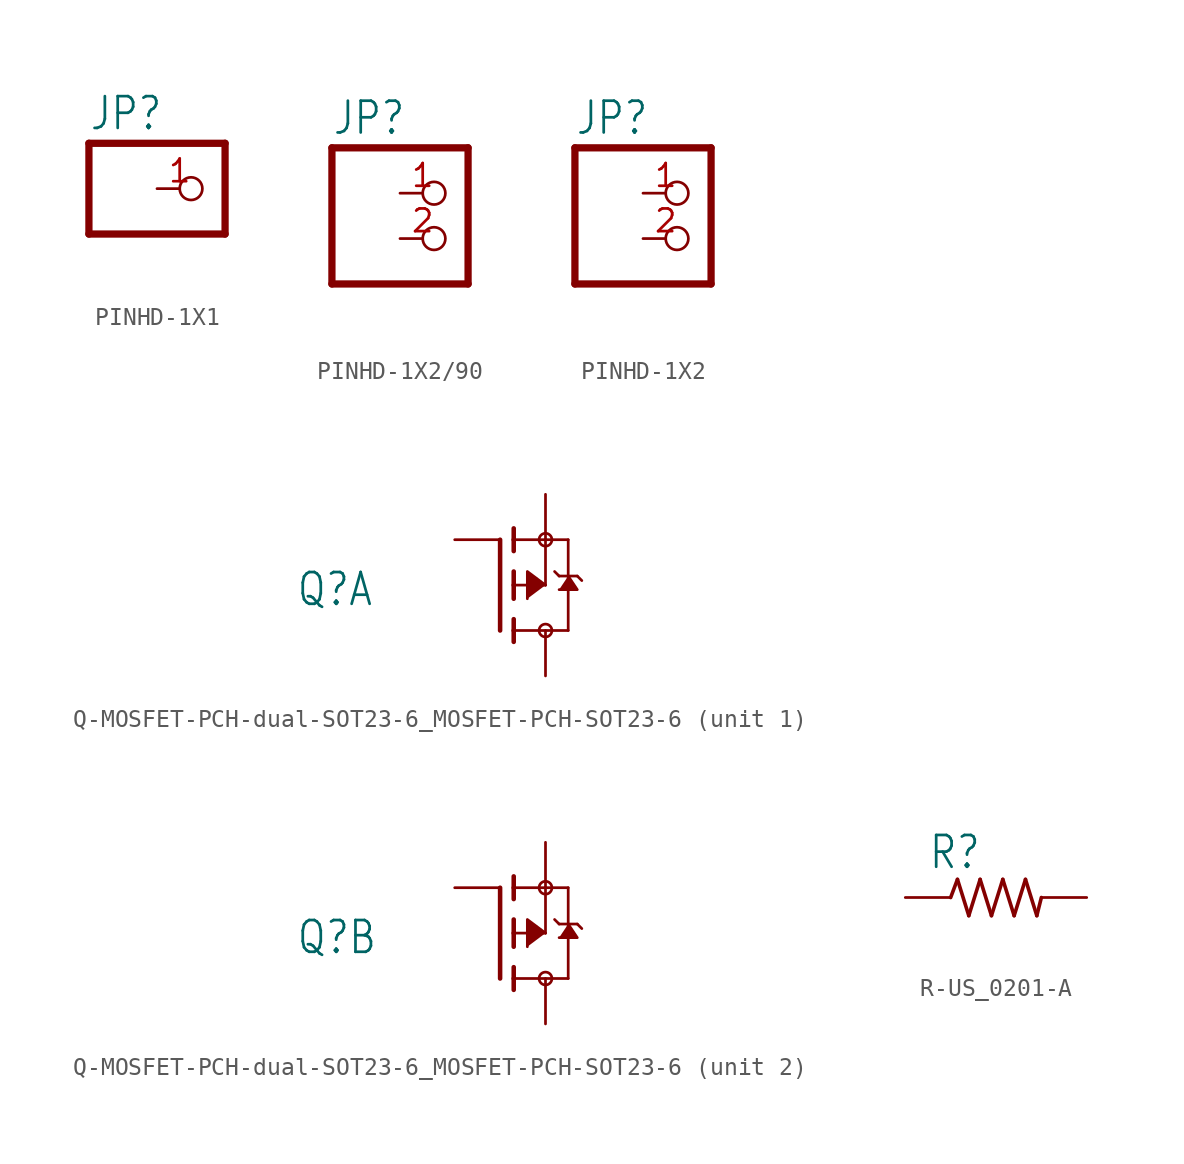
<source format=kicad_sym>
(kicad_symbol_lib
  (version 20241209)
  (generator "kicad_symbol_editor")
  (generator_version "9.0")
  (symbol "PINHD-1X1"
    (property "Reference" "JP"
      (at -6.35 3.175 0)
      (effects (font (size 1.778 1.511)) (justify left bottom)))
    (property "Value" ""
      (at -6.35 -5.08 0)
      (effects (font (size 1.778 1.511)) (justify left bottom)))
    (property "ki_locked" ""
      (at 0 0 0)
      (effects (font (size 1.27 1.27))))
    (symbol "PINHD-1X1_1_0"
      (polyline (pts (xy -6.35 2.54) (xy -6.35 -2.54)) (stroke (width 0.406) (type solid)) (fill (type none)))
      (polyline (pts (xy -6.35 -2.54) (xy 1.27 -2.54)) (stroke (width 0.406) (type solid)) (fill (type none)))
      (polyline (pts (xy 1.27 2.54) (xy -6.35 2.54)) (stroke (width 0.406) (type solid)) (fill (type none)))
      (polyline (pts (xy 1.27 -2.54) (xy 1.27 2.54)) (stroke (width 0.406) (type solid)) (fill (type none)))
      (pin passive inverted (at -2.54 0 0) (length 2.54) (name "1" (effects (font (size 0 0)))) (number "1" (effects (font (size 1.27 1.27)))))))
  (symbol "PINHD-1X2/90"
    (property "Reference" "JP"
      (at -6.35 5.715 0)
      (effects (font (size 1.778 1.511)) (justify left bottom)))
    (property "Value" ""
      (at -6.35 -5.08 0)
      (effects (font (size 1.778 1.511)) (justify left bottom)))
    (property "ki_locked" ""
      (at 0 0 0)
      (effects (font (size 1.27 1.27))))
    (symbol "PINHD-1X2/90_1_0"
      (polyline (pts (xy -6.35 5.08) (xy -6.35 -2.54)) (stroke (width 0.406) (type solid)) (fill (type none)))
      (polyline (pts (xy -6.35 -2.54) (xy 1.27 -2.54)) (stroke (width 0.406) (type solid)) (fill (type none)))
      (polyline (pts (xy 1.27 5.08) (xy -6.35 5.08)) (stroke (width 0.406) (type solid)) (fill (type none)))
      (polyline (pts (xy 1.27 -2.54) (xy 1.27 5.08)) (stroke (width 0.406) (type solid)) (fill (type none)))
      (pin passive inverted (at -2.54 2.54 0) (length 2.54) (name "1" (effects (font (size 0 0)))) (number "1" (effects (font (size 1.27 1.27)))))
      (pin passive inverted (at -2.54 0 0) (length 2.54) (name "2" (effects (font (size 0 0)))) (number "2" (effects (font (size 1.27 1.27)))))))
  (symbol "PINHD-1X2"
    (property "Reference" "JP"
      (at -6.35 5.715 0)
      (effects (font (size 1.778 1.511)) (justify left bottom)))
    (property "Value" ""
      (at -6.35 -5.08 0)
      (effects (font (size 1.778 1.511)) (justify left bottom)))
    (property "ki_locked" ""
      (at 0 0 0)
      (effects (font (size 1.27 1.27))))
    (symbol "PINHD-1X2_1_0"
      (polyline (pts (xy -6.35 5.08) (xy -6.35 -2.54)) (stroke (width 0.406) (type solid)) (fill (type none)))
      (polyline (pts (xy -6.35 -2.54) (xy 1.27 -2.54)) (stroke (width 0.406) (type solid)) (fill (type none)))
      (polyline (pts (xy 1.27 5.08) (xy -6.35 5.08)) (stroke (width 0.406) (type solid)) (fill (type none)))
      (polyline (pts (xy 1.27 -2.54) (xy 1.27 5.08)) (stroke (width 0.406) (type solid)) (fill (type none)))
      (pin passive inverted (at -2.54 2.54 0) (length 2.54) (name "1" (effects (font (size 0 0)))) (number "1" (effects (font (size 1.27 1.27)))))
      (pin passive inverted (at -2.54 0 0) (length 2.54) (name "2" (effects (font (size 0 0)))) (number "2" (effects (font (size 1.27 1.27)))))))
  (symbol "Q-MOSFET-PCH-dual-SOT23-6_MOSFET-PCH-SOT23-6"
    (property "Reference" "Q"
      (at -11.43 -1.27 0)
      (effects (font (size 1.778 1.511)) (justify left bottom)))
    (property "Value" ""
      (at -11.43 -3.81 0)
      (effects (font (size 1.778 1.511)) (justify left bottom)))
    (property "ki_locked" ""
      (at 0 0 0)
      (effects (font (size 1.27 1.27))))
    (symbol "Q-MOSFET-PCH-dual-SOT23-6_MOSFET-PCH-SOT23-6_1_0"
      (polyline (pts (xy 0 -2.54) (xy 0 2.54)) (stroke (width 0.254) (type solid)) (fill (type none)))
      (polyline (pts (xy 0.762 2.54) (xy 0.762 3.175)) (stroke (width 0.254) (type solid)) (fill (type none)))
      (polyline (pts (xy 0.762 1.905) (xy 0.762 2.54)) (stroke (width 0.254) (type solid)) (fill (type none)))
      (polyline (pts (xy 0.762 0) (xy 0.762 0.762)) (stroke (width 0.254) (type solid)) (fill (type none)))
      (polyline (pts (xy 0.762 0) (xy 2.54 0)) (stroke (width 0.152) (type solid)) (fill (type none)))
      (polyline (pts (xy 0.762 -0.762) (xy 0.762 0)) (stroke (width 0.254) (type solid)) (fill (type none)))
      (polyline (pts (xy 0.762 -2.54) (xy 0.762 -1.905)) (stroke (width 0.254) (type solid)) (fill (type none)))
      (polyline (pts (xy 0.762 -2.54) (xy 3.81 -2.54)) (stroke (width 0.152) (type solid)) (fill (type none)))
      (polyline (pts (xy 0.762 -3.175) (xy 0.762 -2.54)) (stroke (width 0.254) (type solid)) (fill (type none)))
      (polyline (pts (xy 2.54 2.54) (xy 0.762 2.54)) (stroke (width 0.152) (type solid)) (fill (type none)))
      (polyline (pts (xy 2.54 2.54) (xy 3.81 2.54)) (stroke (width 0.152) (type solid)) (fill (type none)))
      (circle (center 2.54 2.54) (radius 0.359) (stroke (width 0) (type solid)) (fill (type none)))
      (polyline (pts (xy 2.54 0) (xy 2.54 2.54)) (stroke (width 0.152) (type solid)) (fill (type none)))
      (polyline (pts (xy 2.54 0) (xy 1.524 0.762) (xy 1.524 -0.762)) (stroke (width 0.152) (type solid)) (fill (type outline)))
      (circle (center 2.54 -2.54) (radius 0.359) (stroke (width 0) (type solid)) (fill (type none)))
      (polyline (pts (xy 3.048 0.762) (xy 3.302 0.508)) (stroke (width 0.152) (type solid)) (fill (type none)))
      (polyline (pts (xy 3.302 0.508) (xy 3.81 0.508)) (stroke (width 0.152) (type solid)) (fill (type none)))
      (polyline (pts (xy 3.81 0.508) (xy 3.81 2.54)) (stroke (width 0.152) (type solid)) (fill (type none)))
      (polyline (pts (xy 3.81 0.508) (xy 4.318 0.508)) (stroke (width 0.152) (type solid)) (fill (type none)))
      (polyline (pts (xy 3.81 0.508) (xy 4.318 -0.254) (xy 3.302 -0.254)) (stroke (width 0.152) (type solid)) (fill (type outline)))
      (polyline (pts (xy 3.81 -2.54) (xy 3.81 0.508)) (stroke (width 0.152) (type solid)) (fill (type none)))
      (polyline (pts (xy 4.318 0.508) (xy 4.572 0.254)) (stroke (width 0.152) (type solid)) (fill (type none)))
      (pin passive line (at -2.54 2.54 0) (length 2.54) (name "G" (effects (font (size 0 0)))) (number "1" (effects (font (size 0 0)))))
      (pin passive line (at 2.54 5.08 270) (length 2.54) (name "S" (effects (font (size 0 0)))) (number "5" (effects (font (size 0 0)))))
      (pin passive line (at 2.54 -5.08 90) (length 2.54) (name "D" (effects (font (size 0 0)))) (number "6" (effects (font (size 0 0))))))
    (symbol "Q-MOSFET-PCH-dual-SOT23-6_MOSFET-PCH-SOT23-6_2_0"
      (polyline (pts (xy 0 -2.54) (xy 0 2.54)) (stroke (width 0.254) (type solid)) (fill (type none)))
      (polyline (pts (xy 0.762 2.54) (xy 0.762 3.175)) (stroke (width 0.254) (type solid)) (fill (type none)))
      (polyline (pts (xy 0.762 1.905) (xy 0.762 2.54)) (stroke (width 0.254) (type solid)) (fill (type none)))
      (polyline (pts (xy 0.762 0) (xy 0.762 0.762)) (stroke (width 0.254) (type solid)) (fill (type none)))
      (polyline (pts (xy 0.762 0) (xy 2.54 0)) (stroke (width 0.152) (type solid)) (fill (type none)))
      (polyline (pts (xy 0.762 -0.762) (xy 0.762 0)) (stroke (width 0.254) (type solid)) (fill (type none)))
      (polyline (pts (xy 0.762 -2.54) (xy 0.762 -1.905)) (stroke (width 0.254) (type solid)) (fill (type none)))
      (polyline (pts (xy 0.762 -2.54) (xy 3.81 -2.54)) (stroke (width 0.152) (type solid)) (fill (type none)))
      (polyline (pts (xy 0.762 -3.175) (xy 0.762 -2.54)) (stroke (width 0.254) (type solid)) (fill (type none)))
      (polyline (pts (xy 2.54 2.54) (xy 0.762 2.54)) (stroke (width 0.152) (type solid)) (fill (type none)))
      (polyline (pts (xy 2.54 2.54) (xy 3.81 2.54)) (stroke (width 0.152) (type solid)) (fill (type none)))
      (circle (center 2.54 2.54) (radius 0.359) (stroke (width 0) (type solid)) (fill (type none)))
      (polyline (pts (xy 2.54 0) (xy 2.54 2.54)) (stroke (width 0.152) (type solid)) (fill (type none)))
      (polyline (pts (xy 2.54 0) (xy 1.524 0.762) (xy 1.524 -0.762)) (stroke (width 0.152) (type solid)) (fill (type outline)))
      (circle (center 2.54 -2.54) (radius 0.359) (stroke (width 0) (type solid)) (fill (type none)))
      (polyline (pts (xy 3.048 0.762) (xy 3.302 0.508)) (stroke (width 0.152) (type solid)) (fill (type none)))
      (polyline (pts (xy 3.302 0.508) (xy 3.81 0.508)) (stroke (width 0.152) (type solid)) (fill (type none)))
      (polyline (pts (xy 3.81 0.508) (xy 3.81 2.54)) (stroke (width 0.152) (type solid)) (fill (type none)))
      (polyline (pts (xy 3.81 0.508) (xy 4.318 0.508)) (stroke (width 0.152) (type solid)) (fill (type none)))
      (polyline (pts (xy 3.81 0.508) (xy 4.318 -0.254) (xy 3.302 -0.254)) (stroke (width 0.152) (type solid)) (fill (type outline)))
      (polyline (pts (xy 3.81 -2.54) (xy 3.81 0.508)) (stroke (width 0.152) (type solid)) (fill (type none)))
      (polyline (pts (xy 4.318 0.508) (xy 4.572 0.254)) (stroke (width 0.152) (type solid)) (fill (type none)))
      (pin passive line (at -2.54 2.54 0) (length 2.54) (name "G" (effects (font (size 0 0)))) (number "3" (effects (font (size 0 0)))))
      (pin passive line (at 2.54 5.08 270) (length 2.54) (name "S" (effects (font (size 0 0)))) (number "2" (effects (font (size 0 0)))))
      (pin passive line (at 2.54 -5.08 90) (length 2.54) (name "D" (effects (font (size 0 0)))) (number "4" (effects (font (size 0 0)))))))
  (symbol "R-US_0201-A"
    (property "Reference" "R"
      (at -3.81 1.499 0)
      (effects (font (size 1.778 1.511)) (justify left bottom)))
    (property "Value" ""
      (at -3.81 -3.302 0)
      (effects (font (size 1.778 1.511)) (justify left bottom)))
    (property "ki_locked" ""
      (at 0 0 0)
      (effects (font (size 1.27 1.27))))
    (symbol "R-US_0201-A_1_0"
      (polyline (pts (xy -2.54 0) (xy -2.159 1.016)) (stroke (width 0.203) (type solid)) (fill (type none)))
      (polyline (pts (xy -2.159 1.016) (xy -1.524 -1.016)) (stroke (width 0.203) (type solid)) (fill (type none)))
      (polyline (pts (xy -1.524 -1.016) (xy -0.889 1.016)) (stroke (width 0.203) (type solid)) (fill (type none)))
      (polyline (pts (xy -0.889 1.016) (xy -0.254 -1.016)) (stroke (width 0.203) (type solid)) (fill (type none)))
      (polyline (pts (xy -0.254 -1.016) (xy 0.381 1.016)) (stroke (width 0.203) (type solid)) (fill (type none)))
      (polyline (pts (xy 0.381 1.016) (xy 1.016 -1.016)) (stroke (width 0.203) (type solid)) (fill (type none)))
      (polyline (pts (xy 1.016 -1.016) (xy 1.651 1.016)) (stroke (width 0.203) (type solid)) (fill (type none)))
      (polyline (pts (xy 1.651 1.016) (xy 2.286 -1.016)) (stroke (width 0.203) (type solid)) (fill (type none)))
      (polyline (pts (xy 2.286 -1.016) (xy 2.54 0)) (stroke (width 0.203) (type solid)) (fill (type none)))
      (pin passive line (at -5.08 0 0) (length 2.54) (name "1" (effects (font (size 0 0)))) (number "1" (effects (font (size 0 0)))))
      (pin passive line (at 5.08 0 180) (length 2.54) (name "2" (effects (font (size 0 0)))) (number "2" (effects (font (size 0 0))))))))
</source>
